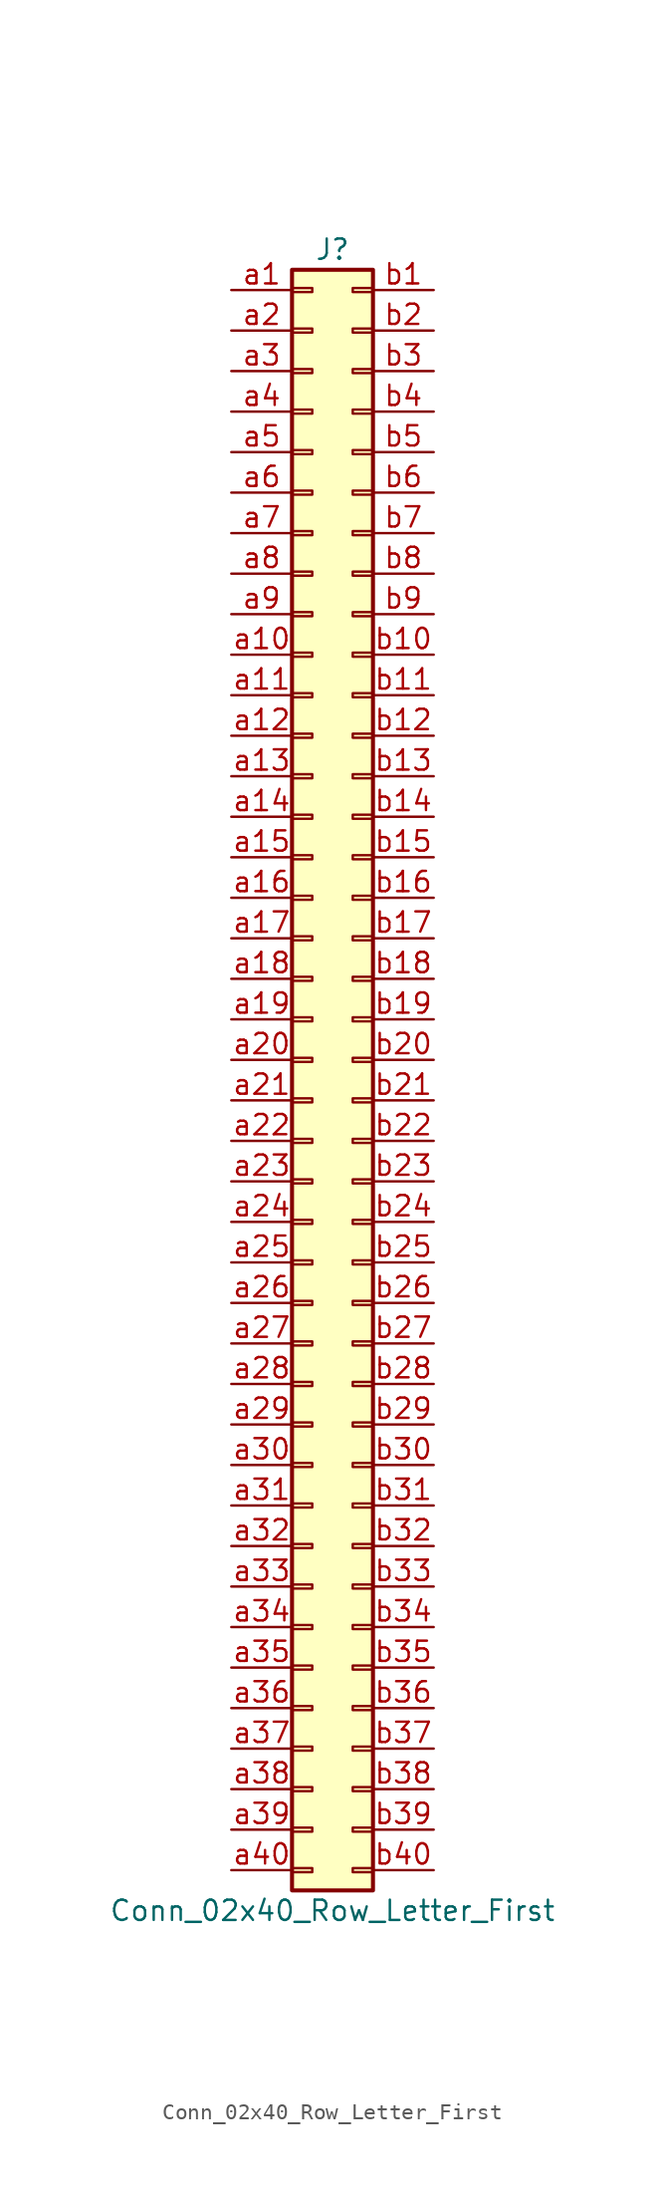
<source format=kicad_sym>
(kicad_symbol_lib
  (version 20211014)
  (generator kicad_symbol_editor)
  (symbol "Conn_02x40_Row_Letter_First"
    (pin_names
      (offset 1.016) hide)
    (property "Reference" "J"
      (at 1.27 50.8 0)
      (effects (font (size 1.27 1.27))))
    (property "Value" "Conn_02x40_Row_Letter_First"
      (at 1.27 -53.34 0)
      (effects (font (size 1.27 1.27))))
    (symbol "Conn_02x40_Row_Letter_First_1_1"
      (rectangle (start -1.27 -50.673) (end 0 -50.927) (stroke (width 0.152) (type default) (color 0 0 0 0)) (fill (type none)))
      (rectangle (start -1.27 -48.133) (end 0 -48.387) (stroke (width 0.152) (type default) (color 0 0 0 0)) (fill (type none)))
      (rectangle (start -1.27 -45.593) (end 0 -45.847) (stroke (width 0.152) (type default) (color 0 0 0 0)) (fill (type none)))
      (rectangle (start -1.27 -43.053) (end 0 -43.307) (stroke (width 0.152) (type default) (color 0 0 0 0)) (fill (type none)))
      (rectangle (start -1.27 -40.513) (end 0 -40.767) (stroke (width 0.152) (type default) (color 0 0 0 0)) (fill (type none)))
      (rectangle (start -1.27 -37.973) (end 0 -38.227) (stroke (width 0.152) (type default) (color 0 0 0 0)) (fill (type none)))
      (rectangle (start -1.27 -35.433) (end 0 -35.687) (stroke (width 0.152) (type default) (color 0 0 0 0)) (fill (type none)))
      (rectangle (start -1.27 -32.893) (end 0 -33.147) (stroke (width 0.152) (type default) (color 0 0 0 0)) (fill (type none)))
      (rectangle (start -1.27 -30.353) (end 0 -30.607) (stroke (width 0.152) (type default) (color 0 0 0 0)) (fill (type none)))
      (rectangle (start -1.27 -27.813) (end 0 -28.067) (stroke (width 0.152) (type default) (color 0 0 0 0)) (fill (type none)))
      (rectangle (start -1.27 -25.273) (end 0 -25.527) (stroke (width 0.152) (type default) (color 0 0 0 0)) (fill (type none)))
      (rectangle (start -1.27 -22.733) (end 0 -22.987) (stroke (width 0.152) (type default) (color 0 0 0 0)) (fill (type none)))
      (rectangle (start -1.27 -20.193) (end 0 -20.447) (stroke (width 0.152) (type default) (color 0 0 0 0)) (fill (type none)))
      (rectangle (start -1.27 -17.653) (end 0 -17.907) (stroke (width 0.152) (type default) (color 0 0 0 0)) (fill (type none)))
      (rectangle (start -1.27 -15.113) (end 0 -15.367) (stroke (width 0.152) (type default) (color 0 0 0 0)) (fill (type none)))
      (rectangle (start -1.27 -12.573) (end 0 -12.827) (stroke (width 0.152) (type default) (color 0 0 0 0)) (fill (type none)))
      (rectangle (start -1.27 -10.033) (end 0 -10.287) (stroke (width 0.152) (type default) (color 0 0 0 0)) (fill (type none)))
      (rectangle (start -1.27 -7.493) (end 0 -7.747) (stroke (width 0.152) (type default) (color 0 0 0 0)) (fill (type none)))
      (rectangle (start -1.27 -4.953) (end 0 -5.207) (stroke (width 0.152) (type default) (color 0 0 0 0)) (fill (type none)))
      (rectangle (start -1.27 -2.413) (end 0 -2.667) (stroke (width 0.152) (type default) (color 0 0 0 0)) (fill (type none)))
      (rectangle (start -1.27 0.127) (end 0 -0.127) (stroke (width 0.152) (type default) (color 0 0 0 0)) (fill (type none)))
      (rectangle (start -1.27 2.667) (end 0 2.413) (stroke (width 0.152) (type default) (color 0 0 0 0)) (fill (type none)))
      (rectangle (start -1.27 5.207) (end 0 4.953) (stroke (width 0.152) (type default) (color 0 0 0 0)) (fill (type none)))
      (rectangle (start -1.27 7.747) (end 0 7.493) (stroke (width 0.152) (type default) (color 0 0 0 0)) (fill (type none)))
      (rectangle (start -1.27 10.287) (end 0 10.033) (stroke (width 0.152) (type default) (color 0 0 0 0)) (fill (type none)))
      (rectangle (start -1.27 12.827) (end 0 12.573) (stroke (width 0.152) (type default) (color 0 0 0 0)) (fill (type none)))
      (rectangle (start -1.27 15.367) (end 0 15.113) (stroke (width 0.152) (type default) (color 0 0 0 0)) (fill (type none)))
      (rectangle (start -1.27 17.907) (end 0 17.653) (stroke (width 0.152) (type default) (color 0 0 0 0)) (fill (type none)))
      (rectangle (start -1.27 20.447) (end 0 20.193) (stroke (width 0.152) (type default) (color 0 0 0 0)) (fill (type none)))
      (rectangle (start -1.27 22.987) (end 0 22.733) (stroke (width 0.152) (type default) (color 0 0 0 0)) (fill (type none)))
      (rectangle (start -1.27 25.527) (end 0 25.273) (stroke (width 0.152) (type default) (color 0 0 0 0)) (fill (type none)))
      (rectangle (start -1.27 28.067) (end 0 27.813) (stroke (width 0.152) (type default) (color 0 0 0 0)) (fill (type none)))
      (rectangle (start -1.27 30.607) (end 0 30.353) (stroke (width 0.152) (type default) (color 0 0 0 0)) (fill (type none)))
      (rectangle (start -1.27 33.147) (end 0 32.893) (stroke (width 0.152) (type default) (color 0 0 0 0)) (fill (type none)))
      (rectangle (start -1.27 35.687) (end 0 35.433) (stroke (width 0.152) (type default) (color 0 0 0 0)) (fill (type none)))
      (rectangle (start -1.27 38.227) (end 0 37.973) (stroke (width 0.152) (type default) (color 0 0 0 0)) (fill (type none)))
      (rectangle (start -1.27 40.767) (end 0 40.513) (stroke (width 0.152) (type default) (color 0 0 0 0)) (fill (type none)))
      (rectangle (start -1.27 43.307) (end 0 43.053) (stroke (width 0.152) (type default) (color 0 0 0 0)) (fill (type none)))
      (rectangle (start -1.27 45.847) (end 0 45.593) (stroke (width 0.152) (type default) (color 0 0 0 0)) (fill (type none)))
      (rectangle (start -1.27 48.387) (end 0 48.133) (stroke (width 0.152) (type default) (color 0 0 0 0)) (fill (type none)))
      (rectangle (start -1.27 49.53) (end 3.81 -52.07) (stroke (width 0.254) (type default) (color 0 0 0 0)) (fill (type background)))
      (rectangle (start 3.81 -50.673) (end 2.54 -50.927) (stroke (width 0.152) (type default) (color 0 0 0 0)) (fill (type none)))
      (rectangle (start 3.81 -48.133) (end 2.54 -48.387) (stroke (width 0.152) (type default) (color 0 0 0 0)) (fill (type none)))
      (rectangle (start 3.81 -45.593) (end 2.54 -45.847) (stroke (width 0.152) (type default) (color 0 0 0 0)) (fill (type none)))
      (rectangle (start 3.81 -43.053) (end 2.54 -43.307) (stroke (width 0.152) (type default) (color 0 0 0 0)) (fill (type none)))
      (rectangle (start 3.81 -40.513) (end 2.54 -40.767) (stroke (width 0.152) (type default) (color 0 0 0 0)) (fill (type none)))
      (rectangle (start 3.81 -37.973) (end 2.54 -38.227) (stroke (width 0.152) (type default) (color 0 0 0 0)) (fill (type none)))
      (rectangle (start 3.81 -35.433) (end 2.54 -35.687) (stroke (width 0.152) (type default) (color 0 0 0 0)) (fill (type none)))
      (rectangle (start 3.81 -32.893) (end 2.54 -33.147) (stroke (width 0.152) (type default) (color 0 0 0 0)) (fill (type none)))
      (rectangle (start 3.81 -30.353) (end 2.54 -30.607) (stroke (width 0.152) (type default) (color 0 0 0 0)) (fill (type none)))
      (rectangle (start 3.81 -27.813) (end 2.54 -28.067) (stroke (width 0.152) (type default) (color 0 0 0 0)) (fill (type none)))
      (rectangle (start 3.81 -25.273) (end 2.54 -25.527) (stroke (width 0.152) (type default) (color 0 0 0 0)) (fill (type none)))
      (rectangle (start 3.81 -22.733) (end 2.54 -22.987) (stroke (width 0.152) (type default) (color 0 0 0 0)) (fill (type none)))
      (rectangle (start 3.81 -20.193) (end 2.54 -20.447) (stroke (width 0.152) (type default) (color 0 0 0 0)) (fill (type none)))
      (rectangle (start 3.81 -17.653) (end 2.54 -17.907) (stroke (width 0.152) (type default) (color 0 0 0 0)) (fill (type none)))
      (rectangle (start 3.81 -15.113) (end 2.54 -15.367) (stroke (width 0.152) (type default) (color 0 0 0 0)) (fill (type none)))
      (rectangle (start 3.81 -12.573) (end 2.54 -12.827) (stroke (width 0.152) (type default) (color 0 0 0 0)) (fill (type none)))
      (rectangle (start 3.81 -10.033) (end 2.54 -10.287) (stroke (width 0.152) (type default) (color 0 0 0 0)) (fill (type none)))
      (rectangle (start 3.81 -7.493) (end 2.54 -7.747) (stroke (width 0.152) (type default) (color 0 0 0 0)) (fill (type none)))
      (rectangle (start 3.81 -4.953) (end 2.54 -5.207) (stroke (width 0.152) (type default) (color 0 0 0 0)) (fill (type none)))
      (rectangle (start 3.81 -2.413) (end 2.54 -2.667) (stroke (width 0.152) (type default) (color 0 0 0 0)) (fill (type none)))
      (rectangle (start 3.81 0.127) (end 2.54 -0.127) (stroke (width 0.152) (type default) (color 0 0 0 0)) (fill (type none)))
      (rectangle (start 3.81 2.667) (end 2.54 2.413) (stroke (width 0.152) (type default) (color 0 0 0 0)) (fill (type none)))
      (rectangle (start 3.81 5.207) (end 2.54 4.953) (stroke (width 0.152) (type default) (color 0 0 0 0)) (fill (type none)))
      (rectangle (start 3.81 7.747) (end 2.54 7.493) (stroke (width 0.152) (type default) (color 0 0 0 0)) (fill (type none)))
      (rectangle (start 3.81 10.287) (end 2.54 10.033) (stroke (width 0.152) (type default) (color 0 0 0 0)) (fill (type none)))
      (rectangle (start 3.81 12.827) (end 2.54 12.573) (stroke (width 0.152) (type default) (color 0 0 0 0)) (fill (type none)))
      (rectangle (start 3.81 15.367) (end 2.54 15.113) (stroke (width 0.152) (type default) (color 0 0 0 0)) (fill (type none)))
      (rectangle (start 3.81 17.907) (end 2.54 17.653) (stroke (width 0.152) (type default) (color 0 0 0 0)) (fill (type none)))
      (rectangle (start 3.81 20.447) (end 2.54 20.193) (stroke (width 0.152) (type default) (color 0 0 0 0)) (fill (type none)))
      (rectangle (start 3.81 22.987) (end 2.54 22.733) (stroke (width 0.152) (type default) (color 0 0 0 0)) (fill (type none)))
      (rectangle (start 3.81 25.527) (end 2.54 25.273) (stroke (width 0.152) (type default) (color 0 0 0 0)) (fill (type none)))
      (rectangle (start 3.81 28.067) (end 2.54 27.813) (stroke (width 0.152) (type default) (color 0 0 0 0)) (fill (type none)))
      (rectangle (start 3.81 30.607) (end 2.54 30.353) (stroke (width 0.152) (type default) (color 0 0 0 0)) (fill (type none)))
      (rectangle (start 3.81 33.147) (end 2.54 32.893) (stroke (width 0.152) (type default) (color 0 0 0 0)) (fill (type none)))
      (rectangle (start 3.81 35.687) (end 2.54 35.433) (stroke (width 0.152) (type default) (color 0 0 0 0)) (fill (type none)))
      (rectangle (start 3.81 38.227) (end 2.54 37.973) (stroke (width 0.152) (type default) (color 0 0 0 0)) (fill (type none)))
      (rectangle (start 3.81 40.767) (end 2.54 40.513) (stroke (width 0.152) (type default) (color 0 0 0 0)) (fill (type none)))
      (rectangle (start 3.81 43.307) (end 2.54 43.053) (stroke (width 0.152) (type default) (color 0 0 0 0)) (fill (type none)))
      (rectangle (start 3.81 45.847) (end 2.54 45.593) (stroke (width 0.152) (type default) (color 0 0 0 0)) (fill (type none)))
      (rectangle (start 3.81 48.387) (end 2.54 48.133) (stroke (width 0.152) (type default) (color 0 0 0 0)) (fill (type none)))
      (pin passive line (at -5.08 48.26 0) (length 3.81) (name "Pin_a1" (effects (font (size 1.27 1.27)))) (number "a1" (effects (font (size 1.27 1.27)))))
      (pin passive line (at -5.08 25.4 0) (length 3.81) (name "Pin_a10" (effects (font (size 1.27 1.27)))) (number "a10" (effects (font (size 1.27 1.27)))))
      (pin passive line (at -5.08 22.86 0) (length 3.81) (name "Pin_a11" (effects (font (size 1.27 1.27)))) (number "a11" (effects (font (size 1.27 1.27)))))
      (pin passive line (at -5.08 20.32 0) (length 3.81) (name "Pin_a12" (effects (font (size 1.27 1.27)))) (number "a12" (effects (font (size 1.27 1.27)))))
      (pin passive line (at -5.08 17.78 0) (length 3.81) (name "Pin_a13" (effects (font (size 1.27 1.27)))) (number "a13" (effects (font (size 1.27 1.27)))))
      (pin passive line (at -5.08 15.24 0) (length 3.81) (name "Pin_a14" (effects (font (size 1.27 1.27)))) (number "a14" (effects (font (size 1.27 1.27)))))
      (pin passive line (at -5.08 12.7 0) (length 3.81) (name "Pin_a15" (effects (font (size 1.27 1.27)))) (number "a15" (effects (font (size 1.27 1.27)))))
      (pin passive line (at -5.08 10.16 0) (length 3.81) (name "Pin_a16" (effects (font (size 1.27 1.27)))) (number "a16" (effects (font (size 1.27 1.27)))))
      (pin passive line (at -5.08 7.62 0) (length 3.81) (name "Pin_a17" (effects (font (size 1.27 1.27)))) (number "a17" (effects (font (size 1.27 1.27)))))
      (pin passive line (at -5.08 5.08 0) (length 3.81) (name "Pin_a18" (effects (font (size 1.27 1.27)))) (number "a18" (effects (font (size 1.27 1.27)))))
      (pin passive line (at -5.08 2.54 0) (length 3.81) (name "Pin_a19" (effects (font (size 1.27 1.27)))) (number "a19" (effects (font (size 1.27 1.27)))))
      (pin passive line (at -5.08 45.72 0) (length 3.81) (name "Pin_a2" (effects (font (size 1.27 1.27)))) (number "a2" (effects (font (size 1.27 1.27)))))
      (pin passive line (at -5.08 0 0) (length 3.81) (name "Pin_a20" (effects (font (size 1.27 1.27)))) (number "a20" (effects (font (size 1.27 1.27)))))
      (pin passive line (at -5.08 -2.54 0) (length 3.81) (name "Pin_a21" (effects (font (size 1.27 1.27)))) (number "a21" (effects (font (size 1.27 1.27)))))
      (pin passive line (at -5.08 -5.08 0) (length 3.81) (name "Pin_a22" (effects (font (size 1.27 1.27)))) (number "a22" (effects (font (size 1.27 1.27)))))
      (pin passive line (at -5.08 -7.62 0) (length 3.81) (name "Pin_a23" (effects (font (size 1.27 1.27)))) (number "a23" (effects (font (size 1.27 1.27)))))
      (pin passive line (at -5.08 -10.16 0) (length 3.81) (name "Pin_a24" (effects (font (size 1.27 1.27)))) (number "a24" (effects (font (size 1.27 1.27)))))
      (pin passive line (at -5.08 -12.7 0) (length 3.81) (name "Pin_a25" (effects (font (size 1.27 1.27)))) (number "a25" (effects (font (size 1.27 1.27)))))
      (pin passive line (at -5.08 -15.24 0) (length 3.81) (name "Pin_a26" (effects (font (size 1.27 1.27)))) (number "a26" (effects (font (size 1.27 1.27)))))
      (pin passive line (at -5.08 -17.78 0) (length 3.81) (name "Pin_a27" (effects (font (size 1.27 1.27)))) (number "a27" (effects (font (size 1.27 1.27)))))
      (pin passive line (at -5.08 -20.32 0) (length 3.81) (name "Pin_a28" (effects (font (size 1.27 1.27)))) (number "a28" (effects (font (size 1.27 1.27)))))
      (pin passive line (at -5.08 -22.86 0) (length 3.81) (name "Pin_a29" (effects (font (size 1.27 1.27)))) (number "a29" (effects (font (size 1.27 1.27)))))
      (pin passive line (at -5.08 43.18 0) (length 3.81) (name "Pin_a3" (effects (font (size 1.27 1.27)))) (number "a3" (effects (font (size 1.27 1.27)))))
      (pin passive line (at -5.08 -25.4 0) (length 3.81) (name "Pin_a30" (effects (font (size 1.27 1.27)))) (number "a30" (effects (font (size 1.27 1.27)))))
      (pin passive line (at -5.08 -27.94 0) (length 3.81) (name "Pin_a31" (effects (font (size 1.27 1.27)))) (number "a31" (effects (font (size 1.27 1.27)))))
      (pin passive line (at -5.08 -30.48 0) (length 3.81) (name "Pin_a32" (effects (font (size 1.27 1.27)))) (number "a32" (effects (font (size 1.27 1.27)))))
      (pin passive line (at -5.08 -33.02 0) (length 3.81) (name "Pin_a33" (effects (font (size 1.27 1.27)))) (number "a33" (effects (font (size 1.27 1.27)))))
      (pin passive line (at -5.08 -35.56 0) (length 3.81) (name "Pin_a34" (effects (font (size 1.27 1.27)))) (number "a34" (effects (font (size 1.27 1.27)))))
      (pin passive line (at -5.08 -38.1 0) (length 3.81) (name "Pin_a35" (effects (font (size 1.27 1.27)))) (number "a35" (effects (font (size 1.27 1.27)))))
      (pin passive line (at -5.08 -40.64 0) (length 3.81) (name "Pin_a36" (effects (font (size 1.27 1.27)))) (number "a36" (effects (font (size 1.27 1.27)))))
      (pin passive line (at -5.08 -43.18 0) (length 3.81) (name "Pin_a37" (effects (font (size 1.27 1.27)))) (number "a37" (effects (font (size 1.27 1.27)))))
      (pin passive line (at -5.08 -45.72 0) (length 3.81) (name "Pin_a38" (effects (font (size 1.27 1.27)))) (number "a38" (effects (font (size 1.27 1.27)))))
      (pin passive line (at -5.08 -48.26 0) (length 3.81) (name "Pin_a39" (effects (font (size 1.27 1.27)))) (number "a39" (effects (font (size 1.27 1.27)))))
      (pin passive line (at -5.08 40.64 0) (length 3.81) (name "Pin_a4" (effects (font (size 1.27 1.27)))) (number "a4" (effects (font (size 1.27 1.27)))))
      (pin passive line (at -5.08 -50.8 0) (length 3.81) (name "Pin_a40" (effects (font (size 1.27 1.27)))) (number "a40" (effects (font (size 1.27 1.27)))))
      (pin passive line (at -5.08 38.1 0) (length 3.81) (name "Pin_a5" (effects (font (size 1.27 1.27)))) (number "a5" (effects (font (size 1.27 1.27)))))
      (pin passive line (at -5.08 35.56 0) (length 3.81) (name "Pin_a6" (effects (font (size 1.27 1.27)))) (number "a6" (effects (font (size 1.27 1.27)))))
      (pin passive line (at -5.08 33.02 0) (length 3.81) (name "Pin_a7" (effects (font (size 1.27 1.27)))) (number "a7" (effects (font (size 1.27 1.27)))))
      (pin passive line (at -5.08 30.48 0) (length 3.81) (name "Pin_a8" (effects (font (size 1.27 1.27)))) (number "a8" (effects (font (size 1.27 1.27)))))
      (pin passive line (at -5.08 27.94 0) (length 3.81) (name "Pin_a9" (effects (font (size 1.27 1.27)))) (number "a9" (effects (font (size 1.27 1.27)))))
      (pin passive line (at 7.62 48.26 180) (length 3.81) (name "Pin_b1" (effects (font (size 1.27 1.27)))) (number "b1" (effects (font (size 1.27 1.27)))))
      (pin passive line (at 7.62 25.4 180) (length 3.81) (name "Pin_b10" (effects (font (size 1.27 1.27)))) (number "b10" (effects (font (size 1.27 1.27)))))
      (pin passive line (at 7.62 22.86 180) (length 3.81) (name "Pin_b11" (effects (font (size 1.27 1.27)))) (number "b11" (effects (font (size 1.27 1.27)))))
      (pin passive line (at 7.62 20.32 180) (length 3.81) (name "Pin_b12" (effects (font (size 1.27 1.27)))) (number "b12" (effects (font (size 1.27 1.27)))))
      (pin passive line (at 7.62 17.78 180) (length 3.81) (name "Pin_b13" (effects (font (size 1.27 1.27)))) (number "b13" (effects (font (size 1.27 1.27)))))
      (pin passive line (at 7.62 15.24 180) (length 3.81) (name "Pin_b14" (effects (font (size 1.27 1.27)))) (number "b14" (effects (font (size 1.27 1.27)))))
      (pin passive line (at 7.62 12.7 180) (length 3.81) (name "Pin_b15" (effects (font (size 1.27 1.27)))) (number "b15" (effects (font (size 1.27 1.27)))))
      (pin passive line (at 7.62 10.16 180) (length 3.81) (name "Pin_b16" (effects (font (size 1.27 1.27)))) (number "b16" (effects (font (size 1.27 1.27)))))
      (pin passive line (at 7.62 7.62 180) (length 3.81) (name "Pin_b17" (effects (font (size 1.27 1.27)))) (number "b17" (effects (font (size 1.27 1.27)))))
      (pin passive line (at 7.62 5.08 180) (length 3.81) (name "Pin_b18" (effects (font (size 1.27 1.27)))) (number "b18" (effects (font (size 1.27 1.27)))))
      (pin passive line (at 7.62 2.54 180) (length 3.81) (name "Pin_b19" (effects (font (size 1.27 1.27)))) (number "b19" (effects (font (size 1.27 1.27)))))
      (pin passive line (at 7.62 45.72 180) (length 3.81) (name "Pin_b2" (effects (font (size 1.27 1.27)))) (number "b2" (effects (font (size 1.27 1.27)))))
      (pin passive line (at 7.62 0 180) (length 3.81) (name "Pin_b20" (effects (font (size 1.27 1.27)))) (number "b20" (effects (font (size 1.27 1.27)))))
      (pin passive line (at 7.62 -2.54 180) (length 3.81) (name "Pin_b21" (effects (font (size 1.27 1.27)))) (number "b21" (effects (font (size 1.27 1.27)))))
      (pin passive line (at 7.62 -5.08 180) (length 3.81) (name "Pin_b22" (effects (font (size 1.27 1.27)))) (number "b22" (effects (font (size 1.27 1.27)))))
      (pin passive line (at 7.62 -7.62 180) (length 3.81) (name "Pin_b23" (effects (font (size 1.27 1.27)))) (number "b23" (effects (font (size 1.27 1.27)))))
      (pin passive line (at 7.62 -10.16 180) (length 3.81) (name "Pin_b24" (effects (font (size 1.27 1.27)))) (number "b24" (effects (font (size 1.27 1.27)))))
      (pin passive line (at 7.62 -12.7 180) (length 3.81) (name "Pin_b25" (effects (font (size 1.27 1.27)))) (number "b25" (effects (font (size 1.27 1.27)))))
      (pin passive line (at 7.62 -15.24 180) (length 3.81) (name "Pin_b26" (effects (font (size 1.27 1.27)))) (number "b26" (effects (font (size 1.27 1.27)))))
      (pin passive line (at 7.62 -17.78 180) (length 3.81) (name "Pin_b27" (effects (font (size 1.27 1.27)))) (number "b27" (effects (font (size 1.27 1.27)))))
      (pin passive line (at 7.62 -20.32 180) (length 3.81) (name "Pin_b28" (effects (font (size 1.27 1.27)))) (number "b28" (effects (font (size 1.27 1.27)))))
      (pin passive line (at 7.62 -22.86 180) (length 3.81) (name "Pin_b29" (effects (font (size 1.27 1.27)))) (number "b29" (effects (font (size 1.27 1.27)))))
      (pin passive line (at 7.62 43.18 180) (length 3.81) (name "Pin_b3" (effects (font (size 1.27 1.27)))) (number "b3" (effects (font (size 1.27 1.27)))))
      (pin passive line (at 7.62 -25.4 180) (length 3.81) (name "Pin_b30" (effects (font (size 1.27 1.27)))) (number "b30" (effects (font (size 1.27 1.27)))))
      (pin passive line (at 7.62 -27.94 180) (length 3.81) (name "Pin_b31" (effects (font (size 1.27 1.27)))) (number "b31" (effects (font (size 1.27 1.27)))))
      (pin passive line (at 7.62 -30.48 180) (length 3.81) (name "Pin_b32" (effects (font (size 1.27 1.27)))) (number "b32" (effects (font (size 1.27 1.27)))))
      (pin passive line (at 7.62 -33.02 180) (length 3.81) (name "Pin_b33" (effects (font (size 1.27 1.27)))) (number "b33" (effects (font (size 1.27 1.27)))))
      (pin passive line (at 7.62 -35.56 180) (length 3.81) (name "Pin_b34" (effects (font (size 1.27 1.27)))) (number "b34" (effects (font (size 1.27 1.27)))))
      (pin passive line (at 7.62 -38.1 180) (length 3.81) (name "Pin_b35" (effects (font (size 1.27 1.27)))) (number "b35" (effects (font (size 1.27 1.27)))))
      (pin passive line (at 7.62 -40.64 180) (length 3.81) (name "Pin_b36" (effects (font (size 1.27 1.27)))) (number "b36" (effects (font (size 1.27 1.27)))))
      (pin passive line (at 7.62 -43.18 180) (length 3.81) (name "Pin_b37" (effects (font (size 1.27 1.27)))) (number "b37" (effects (font (size 1.27 1.27)))))
      (pin passive line (at 7.62 -45.72 180) (length 3.81) (name "Pin_b38" (effects (font (size 1.27 1.27)))) (number "b38" (effects (font (size 1.27 1.27)))))
      (pin passive line (at 7.62 -48.26 180) (length 3.81) (name "Pin_b39" (effects (font (size 1.27 1.27)))) (number "b39" (effects (font (size 1.27 1.27)))))
      (pin passive line (at 7.62 40.64 180) (length 3.81) (name "Pin_b4" (effects (font (size 1.27 1.27)))) (number "b4" (effects (font (size 1.27 1.27)))))
      (pin passive line (at 7.62 -50.8 180) (length 3.81) (name "Pin_b40" (effects (font (size 1.27 1.27)))) (number "b40" (effects (font (size 1.27 1.27)))))
      (pin passive line (at 7.62 38.1 180) (length 3.81) (name "Pin_b5" (effects (font (size 1.27 1.27)))) (number "b5" (effects (font (size 1.27 1.27)))))
      (pin passive line (at 7.62 35.56 180) (length 3.81) (name "Pin_b6" (effects (font (size 1.27 1.27)))) (number "b6" (effects (font (size 1.27 1.27)))))
      (pin passive line (at 7.62 33.02 180) (length 3.81) (name "Pin_b7" (effects (font (size 1.27 1.27)))) (number "b7" (effects (font (size 1.27 1.27)))))
      (pin passive line (at 7.62 30.48 180) (length 3.81) (name "Pin_b8" (effects (font (size 1.27 1.27)))) (number "b8" (effects (font (size 1.27 1.27)))))
      (pin passive line (at 7.62 27.94 180) (length 3.81) (name "Pin_b9" (effects (font (size 1.27 1.27)))) (number "b9" (effects (font (size 1.27 1.27))))))))
</source>
